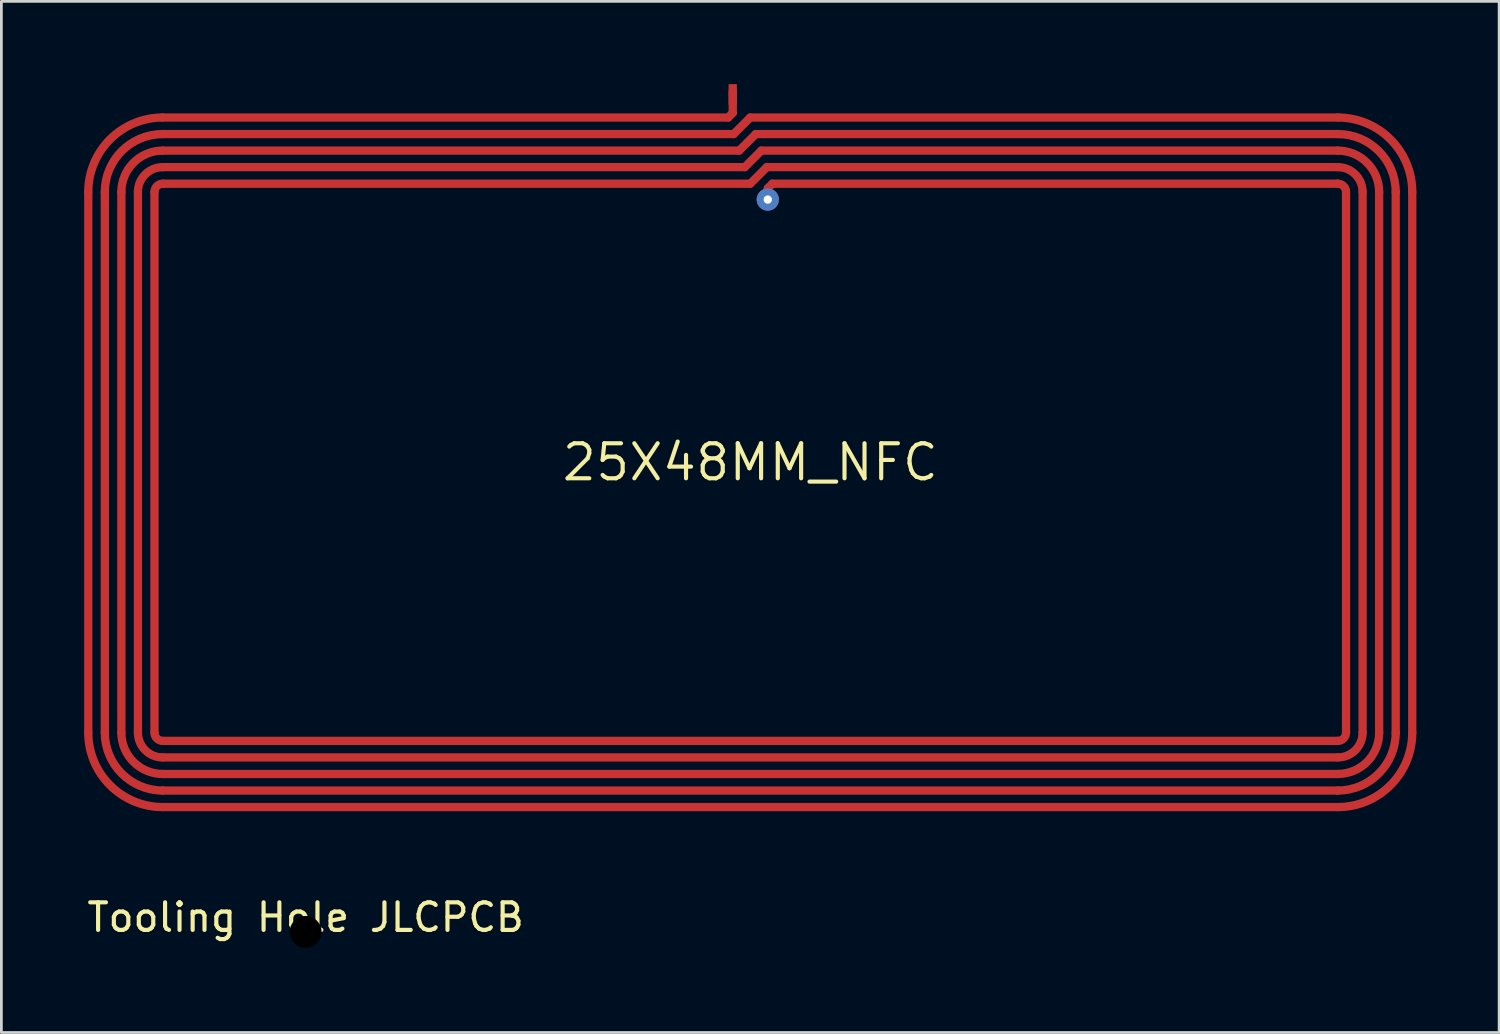
<source format=kicad_pcb>
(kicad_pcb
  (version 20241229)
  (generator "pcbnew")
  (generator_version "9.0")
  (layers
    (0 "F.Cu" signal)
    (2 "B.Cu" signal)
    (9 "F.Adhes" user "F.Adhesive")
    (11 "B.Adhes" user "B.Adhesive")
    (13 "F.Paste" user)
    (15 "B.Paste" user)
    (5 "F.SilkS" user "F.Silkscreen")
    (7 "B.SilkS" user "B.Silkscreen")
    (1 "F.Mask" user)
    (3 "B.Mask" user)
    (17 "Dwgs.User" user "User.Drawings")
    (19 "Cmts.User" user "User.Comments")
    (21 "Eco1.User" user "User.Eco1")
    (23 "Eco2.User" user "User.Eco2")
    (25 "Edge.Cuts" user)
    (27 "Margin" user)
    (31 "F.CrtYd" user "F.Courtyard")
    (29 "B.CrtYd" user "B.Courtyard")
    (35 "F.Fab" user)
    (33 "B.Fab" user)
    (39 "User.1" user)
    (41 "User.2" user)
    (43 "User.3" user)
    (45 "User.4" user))
  (footprint "Tooling Hole JLCPCB"
    (layer "F.Cu")
    (at 8.03 30.708)
    (property "Reference" "Tooling Hole JLCPCB" (at 0 -0.5 0) (unlocked yes) (layer "F.SilkS") (effects (font (size 1 1) (thickness 0.15))))
    (pad "" np_thru_hole circle (at 0 0.025) (size 1.3 1.3) (drill 1.152) (layers "*.Mask")))
  (footprint "25X48MM_NFC"
    (layer "F.Cu")
    (at 24.15 13.71)
    (property "Reference" "25X48MM_NFC" (at 0 0 0) (layer "F.SilkS") (effects (font (size 1.27 1.27) (thickness 0.15))))
    (fp_line (start -24 -9.8) (end -24 9.8) (stroke (width 0.3) (type solid)) (layer "F.Cu"))
    (fp_line (start -23.4 -9.8) (end -23.4 9.8) (stroke (width 0.3) (type solid)) (layer "F.Cu"))
    (fp_line (start -22.8 -9.8) (end -22.8 9.8) (stroke (width 0.3) (type solid)) (layer "F.Cu"))
    (fp_line (start -22.2 -9.8) (end -22.2 9.8) (stroke (width 0.3) (type solid)) (layer "F.Cu"))
    (fp_line (start -21.6 -9.8) (end -21.6 9.8) (stroke (width 0.3) (type solid)) (layer "F.Cu"))
    (fp_line (start -21.3 -11.9) (end -0.6 -11.9) (stroke (width 0.3) (type solid)) (layer "F.Cu"))
    (fp_line (start -21.3 -11.3) (end -0.4 -11.3) (stroke (width 0.3) (type solid)) (layer "F.Cu"))
    (fp_line (start -21.3 -10.7) (end -0.2 -10.7) (stroke (width 0.3) (type solid)) (layer "F.Cu"))
    (fp_line (start -21.3 -10.1) (end 0 -10.1) (stroke (width 0.3) (type solid)) (layer "F.Cu"))
    (fp_line (start -21.3 10.1) (end 21.3 10.1) (stroke (width 0.3) (type solid)) (layer "F.Cu"))
    (fp_line (start -21.3 10.7) (end 21.3 10.7) (stroke (width 0.3) (type solid)) (layer "F.Cu"))
    (fp_line (start -21.3 11.3) (end 21.3 11.3) (stroke (width 0.3) (type solid)) (layer "F.Cu"))
    (fp_line (start -21.3 11.9) (end 21.3 11.9) (stroke (width 0.3) (type solid)) (layer "F.Cu"))
    (fp_line (start -21.3 12.5) (end 21.3 12.5) (stroke (width 0.3) (type solid)) (layer "F.Cu"))
    (fp_line (start -0.8 -12.5) (end -21.3 -12.5) (stroke (width 0.3) (type solid)) (layer "F.Cu"))
    (fp_line (start -0.635 -13.462) (end -0.635 -13.335) (stroke (width 0.3) (type solid)) (layer "F.Cu"))
    (fp_line (start -0.635 -13.335) (end -0.635 -12.665) (stroke (width 0.3) (type solid)) (layer "F.Cu"))
    (fp_line (start -0.635 -12.665) (end -0.8 -12.5) (stroke (width 0.3) (type solid)) (layer "F.Cu"))
    (fp_line (start -0.6 -11.9) (end 0 -12.5) (stroke (width 0.3) (type solid)) (layer "F.Cu"))
    (fp_line (start -0.4 -11.3) (end 0.2 -11.9) (stroke (width 0.3) (type solid)) (layer "F.Cu"))
    (fp_line (start -0.2 -10.7) (end 0.4 -11.3) (stroke (width 0.3) (type solid)) (layer "F.Cu"))
    (fp_line (start 0 -12.5) (end 21.3 -12.5) (stroke (width 0.3) (type solid)) (layer "F.Cu"))
    (fp_line (start 0 -10.1) (end 0.6 -10.7) (stroke (width 0.3) (type solid)) (layer "F.Cu"))
    (fp_line (start 0.2 -11.9) (end 21.3 -11.9) (stroke (width 0.3) (type solid)) (layer "F.Cu"))
    (fp_line (start 0.4 -11.3) (end 21.3 -11.3) (stroke (width 0.3) (type solid)) (layer "F.Cu"))
    (fp_line (start 0.635 -9.935) (end 0.8 -10.1) (stroke (width 0.3) (type solid)) (layer "F.Cu"))
    (fp_line (start 0.635 -9.525) (end 0.635 -9.935) (stroke (width 0.3) (type solid)) (layer "F.Cu"))
    (fp_line (start 21.3 -10.7) (end 0.6 -10.7) (stroke (width 0.3) (type solid)) (layer "F.Cu"))
    (fp_line (start 21.3 -10.1) (end 0.8 -10.1) (stroke (width 0.3) (type solid)) (layer "F.Cu"))
    (fp_line (start 21.6 -9.8) (end 21.6 9.8) (stroke (width 0.3) (type solid)) (layer "F.Cu"))
    (fp_line (start 22.2 -9.8) (end 22.2 9.8) (stroke (width 0.3) (type solid)) (layer "F.Cu"))
    (fp_line (start 22.8 -9.8) (end 22.8 9.8) (stroke (width 0.3) (type solid)) (layer "F.Cu"))
    (fp_line (start 23.4 -9.8) (end 23.4 9.8) (stroke (width 0.3) (type solid)) (layer "F.Cu"))
    (fp_line (start 24 -9.8) (end 24 9.8) (stroke (width 0.3) (type solid)) (layer "F.Cu"))
    (fp_arc (start -24 -9.8) (mid -23.209188 -11.709188) (end -21.3 -12.5) (stroke (width 0.3) (type solid)) (layer "F.Cu"))
    (fp_arc (start -23.4 -9.8) (mid -22.784924 -11.284924) (end -21.3 -11.9) (stroke (width 0.3) (type solid)) (layer "F.Cu"))
    (fp_arc (start -22.8 -9.8) (mid -22.36066 -10.86066) (end -21.3 -11.3) (stroke (width 0.3) (type solid)) (layer "F.Cu"))
    (fp_arc (start -22.2 -9.8) (mid -21.936396 -10.436396) (end -21.3 -10.7) (stroke (width 0.3) (type solid)) (layer "F.Cu"))
    (fp_arc (start -21.6 -9.8) (mid -21.512132 -10.012132) (end -21.3 -10.1) (stroke (width 0.3) (type solid)) (layer "F.Cu"))
    (fp_arc (start -21.3 10.1) (mid -21.512132 10.012132) (end -21.6 9.8) (stroke (width 0.3) (type solid)) (layer "F.Cu"))
    (fp_arc (start -21.3 10.7) (mid -21.936396 10.436396) (end -22.2 9.8) (stroke (width 0.3) (type solid)) (layer "F.Cu"))
    (fp_arc (start -21.3 11.3) (mid -22.36066 10.86066) (end -22.8 9.8) (stroke (width 0.3) (type solid)) (layer "F.Cu"))
    (fp_arc (start -21.3 11.9) (mid -22.784924 11.284924) (end -23.4 9.8) (stroke (width 0.3) (type solid)) (layer "F.Cu"))
    (fp_arc (start -21.3 12.5) (mid -23.209188 11.709188) (end -24 9.8) (stroke (width 0.3) (type solid)) (layer "F.Cu"))
    (fp_arc (start 21.3 -12.5) (mid 23.209188 -11.709188) (end 24 -9.8) (stroke (width 0.3) (type solid)) (layer "F.Cu"))
    (fp_arc (start 21.3 -11.9) (mid 22.784924 -11.284924) (end 23.4 -9.8) (stroke (width 0.3) (type solid)) (layer "F.Cu"))
    (fp_arc (start 21.3 -11.3) (mid 22.36066 -10.86066) (end 22.8 -9.8) (stroke (width 0.3) (type solid)) (layer "F.Cu"))
    (fp_arc (start 21.3 -10.7) (mid 21.936396 -10.436396) (end 22.2 -9.8) (stroke (width 0.3) (type solid)) (layer "F.Cu"))
    (fp_arc (start 21.3 -10.1) (mid 21.512132 -10.012132) (end 21.6 -9.8) (stroke (width 0.3) (type solid)) (layer "F.Cu"))
    (fp_arc (start 21.6 9.8) (mid 21.512132 10.012132) (end 21.3 10.1) (stroke (width 0.3) (type solid)) (layer "F.Cu"))
    (fp_arc (start 22.2 9.8) (mid 21.936396 10.436396) (end 21.3 10.7) (stroke (width 0.3) (type solid)) (layer "F.Cu"))
    (fp_arc (start 22.8 9.8) (mid 22.36066 10.86066) (end 21.3 11.3) (stroke (width 0.3) (type solid)) (layer "F.Cu"))
    (fp_arc (start 23.4 9.8) (mid 22.784924 11.284924) (end 21.3 11.9) (stroke (width 0.3) (type solid)) (layer "F.Cu"))
    (fp_arc (start 24 9.8) (mid 23.209188 11.709188) (end 21.3 12.5) (stroke (width 0.3) (type solid)) (layer "F.Cu"))
    (pad "P$1" smd rect (at -0.635 -13.335 90) (size 0.75 0.3) (layers "F.Cu" "F.Mask" "F.Paste"))
    (pad "P$2" thru_hole circle (at 0.635 -9.525) (size 0.808 0.808) (drill 0.3) (layers "*.Cu" "*.Mask")))
  (gr_rect
    (start -3 -3)
    (end 51.3 34.383)
    (stroke (width 0.1) (type default))
    (fill no)
    (layer "Edge.Cuts")))
</source>
